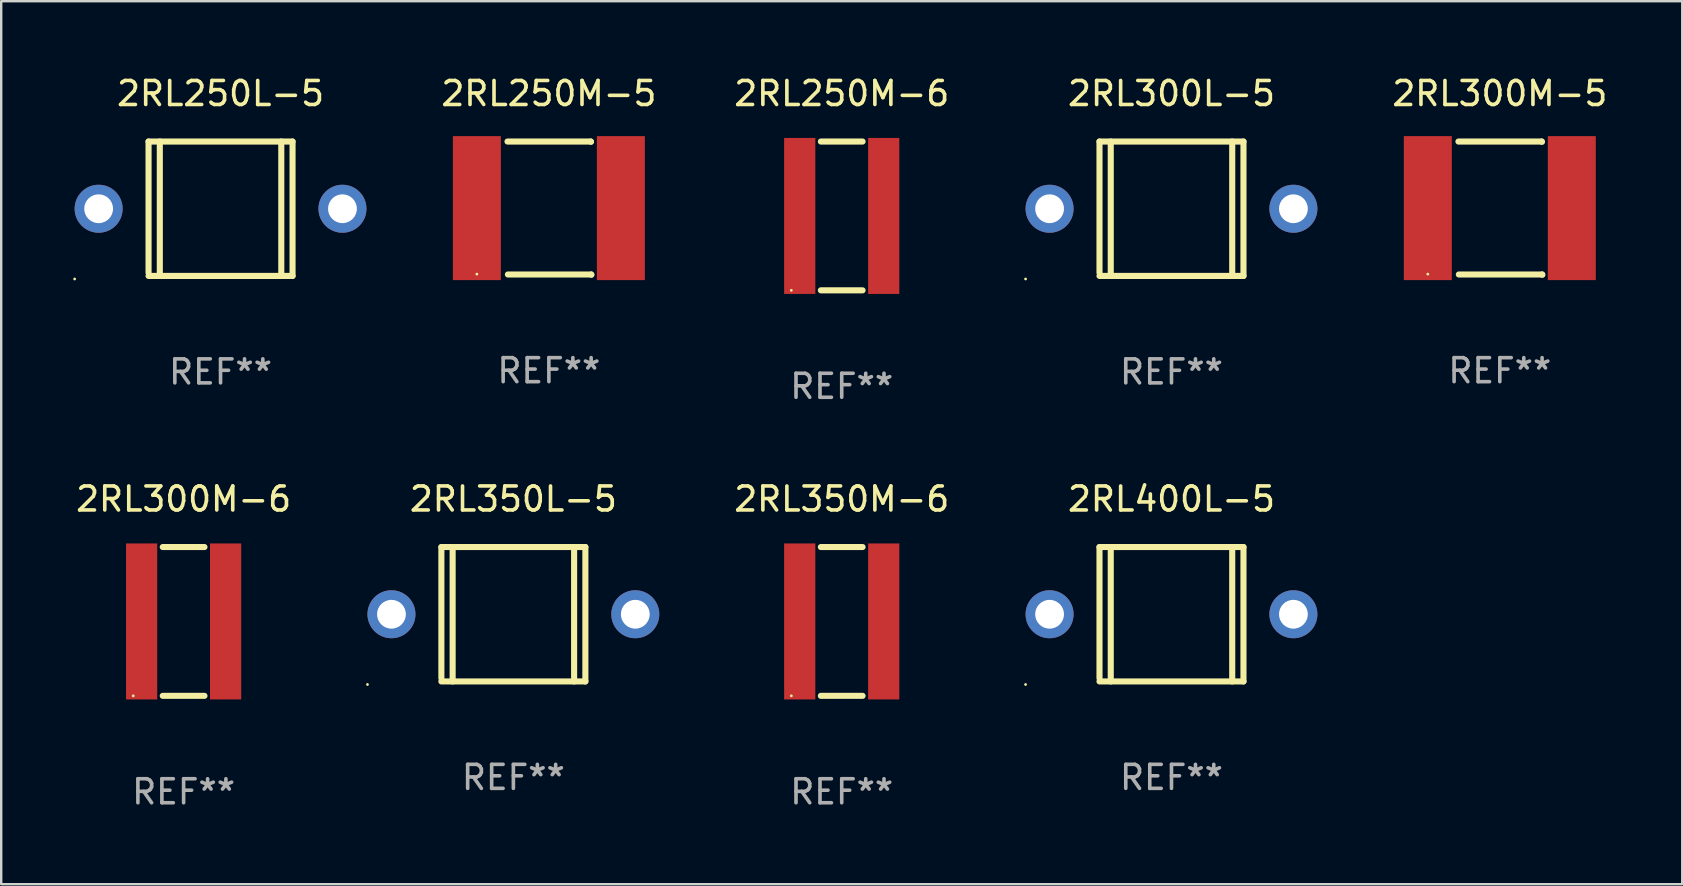
<source format=kicad_pcb>
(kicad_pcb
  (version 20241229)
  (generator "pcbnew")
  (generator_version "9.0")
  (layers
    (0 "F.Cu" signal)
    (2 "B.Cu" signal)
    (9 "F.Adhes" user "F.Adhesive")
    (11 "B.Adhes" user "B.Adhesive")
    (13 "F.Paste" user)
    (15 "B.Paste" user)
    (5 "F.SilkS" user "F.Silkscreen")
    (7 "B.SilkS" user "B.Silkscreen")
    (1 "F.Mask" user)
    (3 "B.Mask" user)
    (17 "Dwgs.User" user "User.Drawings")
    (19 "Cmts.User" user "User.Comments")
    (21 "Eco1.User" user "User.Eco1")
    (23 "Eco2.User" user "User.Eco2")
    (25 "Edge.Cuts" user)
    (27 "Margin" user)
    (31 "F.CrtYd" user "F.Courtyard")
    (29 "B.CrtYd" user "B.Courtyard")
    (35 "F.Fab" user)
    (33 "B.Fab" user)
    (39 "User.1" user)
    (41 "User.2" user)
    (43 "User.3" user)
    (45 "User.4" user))
  (footprint "2RL300M-5"
    (layer "F.Cu")
    (at 59.446 5.623)
    (property "Reference" "2RL300M-5" (at 0 -4.775 0) (layer "F.SilkS") (effects (font (size 1 1) (thickness 0.15))))
    (attr through_hole)
    (fp_line (start -1.724 -2.775) (end 1.747 -2.775) (stroke (width 0.254) (type solid)) (layer "F.SilkS"))
    (fp_line (start -1.707 2.765) (end 1.764 2.765) (stroke (width 0.254) (type solid)) (layer "F.SilkS"))
    (fp_line (start 1.747 -2.775) (end 1.757 -2.765) (stroke (width 0.254) (type solid)) (layer "F.SilkS"))
    (fp_line (start 1.764 2.765) (end 1.773 2.775) (stroke (width 0.254) (type solid)) (layer "F.SilkS"))
    (fp_circle (center -3 2.749) (end -2.97 2.749) (stroke (width 0.06) (type solid)) (fill no) (layer "F.SilkS"))
    (fp_text user "REF**" (at 0 6.775 0) (layer "F.Fab") (effects (font (size 1 1) (thickness 0.15))))
    (pad "1" smd rect (at -3 -0.001) (size 2 6) (layers "F.Cu" "F.Mask" "F.Paste"))
    (pad "2" smd rect (at 3 -0.001) (size 2 6) (layers "F.Cu" "F.Mask" "F.Paste")))
  (footprint "2RL350M-6"
    (layer "F.Cu")
    (at 32.024 22.845)
    (property "Reference" "2RL350M-6" (at 0 -5.1 0) (layer "F.SilkS") (effects (font (size 1 1) (thickness 0.15))))
    (attr through_hole)
    (fp_line (start -0.869 -3.1) (end 0.869 -3.1) (stroke (width 0.254) (type solid)) (layer "F.SilkS"))
    (fp_line (start -0.869 3.1) (end 0.869 3.1) (stroke (width 0.254) (type solid)) (layer "F.SilkS"))
    (fp_circle (center -2.1 3.1) (end -2.07 3.1) (stroke (width 0.06) (type solid)) (fill no) (layer "F.SilkS"))
    (fp_text user "REF**" (at 0 7.1 0) (layer "F.Fab") (effects (font (size 1 1) (thickness 0.15))))
    (pad "1" smd rect (at -1.75 -0.000013) (size 1.3 6.5) (layers "F.Cu" "F.Mask" "F.Paste"))
    (pad "2" smd rect (at 1.75 -0.000013) (size 1.3 6.5) (layers "F.Cu" "F.Mask" "F.Paste")))
  (footprint "2RL250M-6"
    (layer "F.Cu")
    (at 32.024 5.948)
    (property "Reference" "2RL250M-6" (at 0 -5.1 0) (layer "F.SilkS") (effects (font (size 1 1) (thickness 0.15))))
    (attr through_hole)
    (fp_line (start -0.869 -3.1) (end 0.869 -3.1) (stroke (width 0.254) (type solid)) (layer "F.SilkS"))
    (fp_line (start -0.869 3.1) (end 0.869 3.1) (stroke (width 0.254) (type solid)) (layer "F.SilkS"))
    (fp_circle (center -2.1 3.1) (end -2.07 3.1) (stroke (width 0.06) (type solid)) (fill no) (layer "F.SilkS"))
    (fp_text user "REF**" (at 0 7.1 0) (layer "F.Fab") (effects (font (size 1 1) (thickness 0.15))))
    (pad "1" smd rect (at -1.75 -0.000013) (size 1.3 6.5) (layers "F.Cu" "F.Mask" "F.Paste"))
    (pad "2" smd rect (at 1.75 -0.000013) (size 1.3 6.5) (layers "F.Cu" "F.Mask" "F.Paste")))
  (footprint "2RL400L-5"
    (layer "F.Cu")
    (at 45.765 22.545)
    (property "Reference" "2RL400L-5" (at 0 -4.8 0) (layer "F.SilkS") (effects (font (size 1 1) (thickness 0.15))))
    (attr through_hole)
    (fp_line (start -3 -2.8) (end -3 2.667) (stroke (width 0.254) (type solid)) (layer "F.SilkS"))
    (fp_line (start -3 -2.8) (end 3 -2.8) (stroke (width 0.254) (type solid)) (layer "F.SilkS"))
    (fp_line (start -3 2.8) (end 3 2.8) (stroke (width 0.254) (type solid)) (layer "F.SilkS"))
    (fp_line (start -2.531 -2.8) (end -2.531 2.8) (stroke (width 0.254) (type solid)) (layer "F.SilkS"))
    (fp_line (start 2.531 -2.8) (end 2.531 2.8) (stroke (width 0.254) (type solid)) (layer "F.SilkS"))
    (fp_line (start 3 -2.8) (end 3 2.8) (stroke (width 0.254) (type solid)) (layer "F.SilkS"))
    (fp_circle (center -6.08 2.927) (end -6.05 2.927) (stroke (width 0.06) (type solid)) (fill no) (layer "F.SilkS"))
    (fp_text user "REF**" (at 0 6.8 0) (layer "F.Fab") (effects (font (size 1 1) (thickness 0.15))))
    (pad "1" thru_hole circle (at -5.08 0) (size 2 2) (drill 1.2) (layers "*.Cu" "*.Mask"))
    (pad "2" thru_hole circle (at 5.08 0) (size 2 2) (drill 1.2) (layers "*.Cu" "*.Mask")))
  (footprint "2RL300L-5"
    (layer "F.Cu")
    (at 45.765 5.648)
    (property "Reference" "2RL300L-5" (at 0 -4.8 0) (layer "F.SilkS") (effects (font (size 1 1) (thickness 0.15))))
    (attr through_hole)
    (fp_line (start -3 -2.8) (end -3 2.667) (stroke (width 0.254) (type solid)) (layer "F.SilkS"))
    (fp_line (start -3 -2.8) (end 3 -2.8) (stroke (width 0.254) (type solid)) (layer "F.SilkS"))
    (fp_line (start -3 2.8) (end 3 2.8) (stroke (width 0.254) (type solid)) (layer "F.SilkS"))
    (fp_line (start -2.531 -2.8) (end -2.531 2.8) (stroke (width 0.254) (type solid)) (layer "F.SilkS"))
    (fp_line (start 2.531 -2.8) (end 2.531 2.8) (stroke (width 0.254) (type solid)) (layer "F.SilkS"))
    (fp_line (start 3 -2.8) (end 3 2.8) (stroke (width 0.254) (type solid)) (layer "F.SilkS"))
    (fp_circle (center -6.08 2.927) (end -6.05 2.927) (stroke (width 0.06) (type solid)) (fill no) (layer "F.SilkS"))
    (fp_text user "REF**" (at 0 6.8 0) (layer "F.Fab") (effects (font (size 1 1) (thickness 0.15))))
    (pad "1" thru_hole circle (at -5.08 0) (size 2 2) (drill 1.2) (layers "*.Cu" "*.Mask"))
    (pad "2" thru_hole circle (at 5.08 0) (size 2 2) (drill 1.2) (layers "*.Cu" "*.Mask")))
  (footprint "2RL350L-5"
    (layer "F.Cu")
    (at 18.342 22.545)
    (property "Reference" "2RL350L-5" (at 0 -4.8 0) (layer "F.SilkS") (effects (font (size 1 1) (thickness 0.15))))
    (attr through_hole)
    (fp_line (start -3 -2.8) (end -3 2.667) (stroke (width 0.254) (type solid)) (layer "F.SilkS"))
    (fp_line (start -3 -2.8) (end 3 -2.8) (stroke (width 0.254) (type solid)) (layer "F.SilkS"))
    (fp_line (start -3 2.8) (end 3 2.8) (stroke (width 0.254) (type solid)) (layer "F.SilkS"))
    (fp_line (start -2.531 -2.8) (end -2.531 2.8) (stroke (width 0.254) (type solid)) (layer "F.SilkS"))
    (fp_line (start 2.531 -2.8) (end 2.531 2.8) (stroke (width 0.254) (type solid)) (layer "F.SilkS"))
    (fp_line (start 3 -2.8) (end 3 2.8) (stroke (width 0.254) (type solid)) (layer "F.SilkS"))
    (fp_circle (center -6.08 2.927) (end -6.05 2.927) (stroke (width 0.06) (type solid)) (fill no) (layer "F.SilkS"))
    (fp_text user "REF**" (at 0 6.8 0) (layer "F.Fab") (effects (font (size 1 1) (thickness 0.15))))
    (pad "1" thru_hole circle (at -5.08 0) (size 2 2) (drill 1.2) (layers "*.Cu" "*.Mask"))
    (pad "2" thru_hole circle (at 5.08 0) (size 2 2) (drill 1.2) (layers "*.Cu" "*.Mask")))
  (footprint "2RL250L-5"
    (layer "F.Cu")
    (at 6.14 5.648)
    (property "Reference" "2RL250L-5" (at 0 -4.8 0) (layer "F.SilkS") (effects (font (size 1 1) (thickness 0.15))))
    (attr through_hole)
    (fp_line (start -3 -2.8) (end -3 2.667) (stroke (width 0.254) (type solid)) (layer "F.SilkS"))
    (fp_line (start -3 -2.8) (end 3 -2.8) (stroke (width 0.254) (type solid)) (layer "F.SilkS"))
    (fp_line (start -3 2.8) (end 3 2.8) (stroke (width 0.254) (type solid)) (layer "F.SilkS"))
    (fp_line (start -2.531 -2.8) (end -2.531 2.8) (stroke (width 0.254) (type solid)) (layer "F.SilkS"))
    (fp_line (start 2.531 -2.8) (end 2.531 2.8) (stroke (width 0.254) (type solid)) (layer "F.SilkS"))
    (fp_line (start 3 -2.8) (end 3 2.8) (stroke (width 0.254) (type solid)) (layer "F.SilkS"))
    (fp_circle (center -6.08 2.927) (end -6.05 2.927) (stroke (width 0.06) (type solid)) (fill no) (layer "F.SilkS"))
    (fp_text user "REF**" (at 0 6.8 0) (layer "F.Fab") (effects (font (size 1 1) (thickness 0.15))))
    (pad "1" thru_hole circle (at -5.08 0) (size 2 2) (drill 1.2) (layers "*.Cu" "*.Mask"))
    (pad "2" thru_hole circle (at 5.08 0) (size 2 2) (drill 1.2) (layers "*.Cu" "*.Mask")))
  (footprint "2RL250M-5"
    (layer "F.Cu")
    (at 19.821 5.623)
    (property "Reference" "2RL250M-5" (at 0 -4.775 0) (layer "F.SilkS") (effects (font (size 1 1) (thickness 0.15))))
    (attr through_hole)
    (fp_line (start -1.724 -2.775) (end 1.747 -2.775) (stroke (width 0.254) (type solid)) (layer "F.SilkS"))
    (fp_line (start -1.707 2.765) (end 1.764 2.765) (stroke (width 0.254) (type solid)) (layer "F.SilkS"))
    (fp_line (start 1.747 -2.775) (end 1.757 -2.765) (stroke (width 0.254) (type solid)) (layer "F.SilkS"))
    (fp_line (start 1.764 2.765) (end 1.773 2.775) (stroke (width 0.254) (type solid)) (layer "F.SilkS"))
    (fp_circle (center -3 2.749) (end -2.97 2.749) (stroke (width 0.06) (type solid)) (fill no) (layer "F.SilkS"))
    (fp_text user "REF**" (at 0 6.775 0) (layer "F.Fab") (effects (font (size 1 1) (thickness 0.15))))
    (pad "1" smd rect (at -3 -0.001) (size 2 6) (layers "F.Cu" "F.Mask" "F.Paste"))
    (pad "2" smd rect (at 3 -0.001) (size 2 6) (layers "F.Cu" "F.Mask" "F.Paste")))
  (footprint "2RL300M-6"
    (layer "F.Cu")
    (at 4.601 22.845)
    (property "Reference" "2RL300M-6" (at 0 -5.1 0) (layer "F.SilkS") (effects (font (size 1 1) (thickness 0.15))))
    (attr through_hole)
    (fp_line (start -0.869 -3.1) (end 0.869 -3.1) (stroke (width 0.254) (type solid)) (layer "F.SilkS"))
    (fp_line (start -0.869 3.1) (end 0.869 3.1) (stroke (width 0.254) (type solid)) (layer "F.SilkS"))
    (fp_circle (center -2.1 3.1) (end -2.07 3.1) (stroke (width 0.06) (type solid)) (fill no) (layer "F.SilkS"))
    (fp_text user "REF**" (at 0 7.1 0) (layer "F.Fab") (effects (font (size 1 1) (thickness 0.15))))
    (pad "1" smd rect (at -1.75 -0.000013) (size 1.3 6.5) (layers "F.Cu" "F.Mask" "F.Paste"))
    (pad "2" smd rect (at 1.75 -0.000013) (size 1.3 6.5) (layers "F.Cu" "F.Mask" "F.Paste")))
  (gr_rect
    (start -3 -3)
    (end 67.047 33.793)
    (stroke (width 0.1) (type default))
    (fill no)
    (layer "Edge.Cuts")))
</source>
